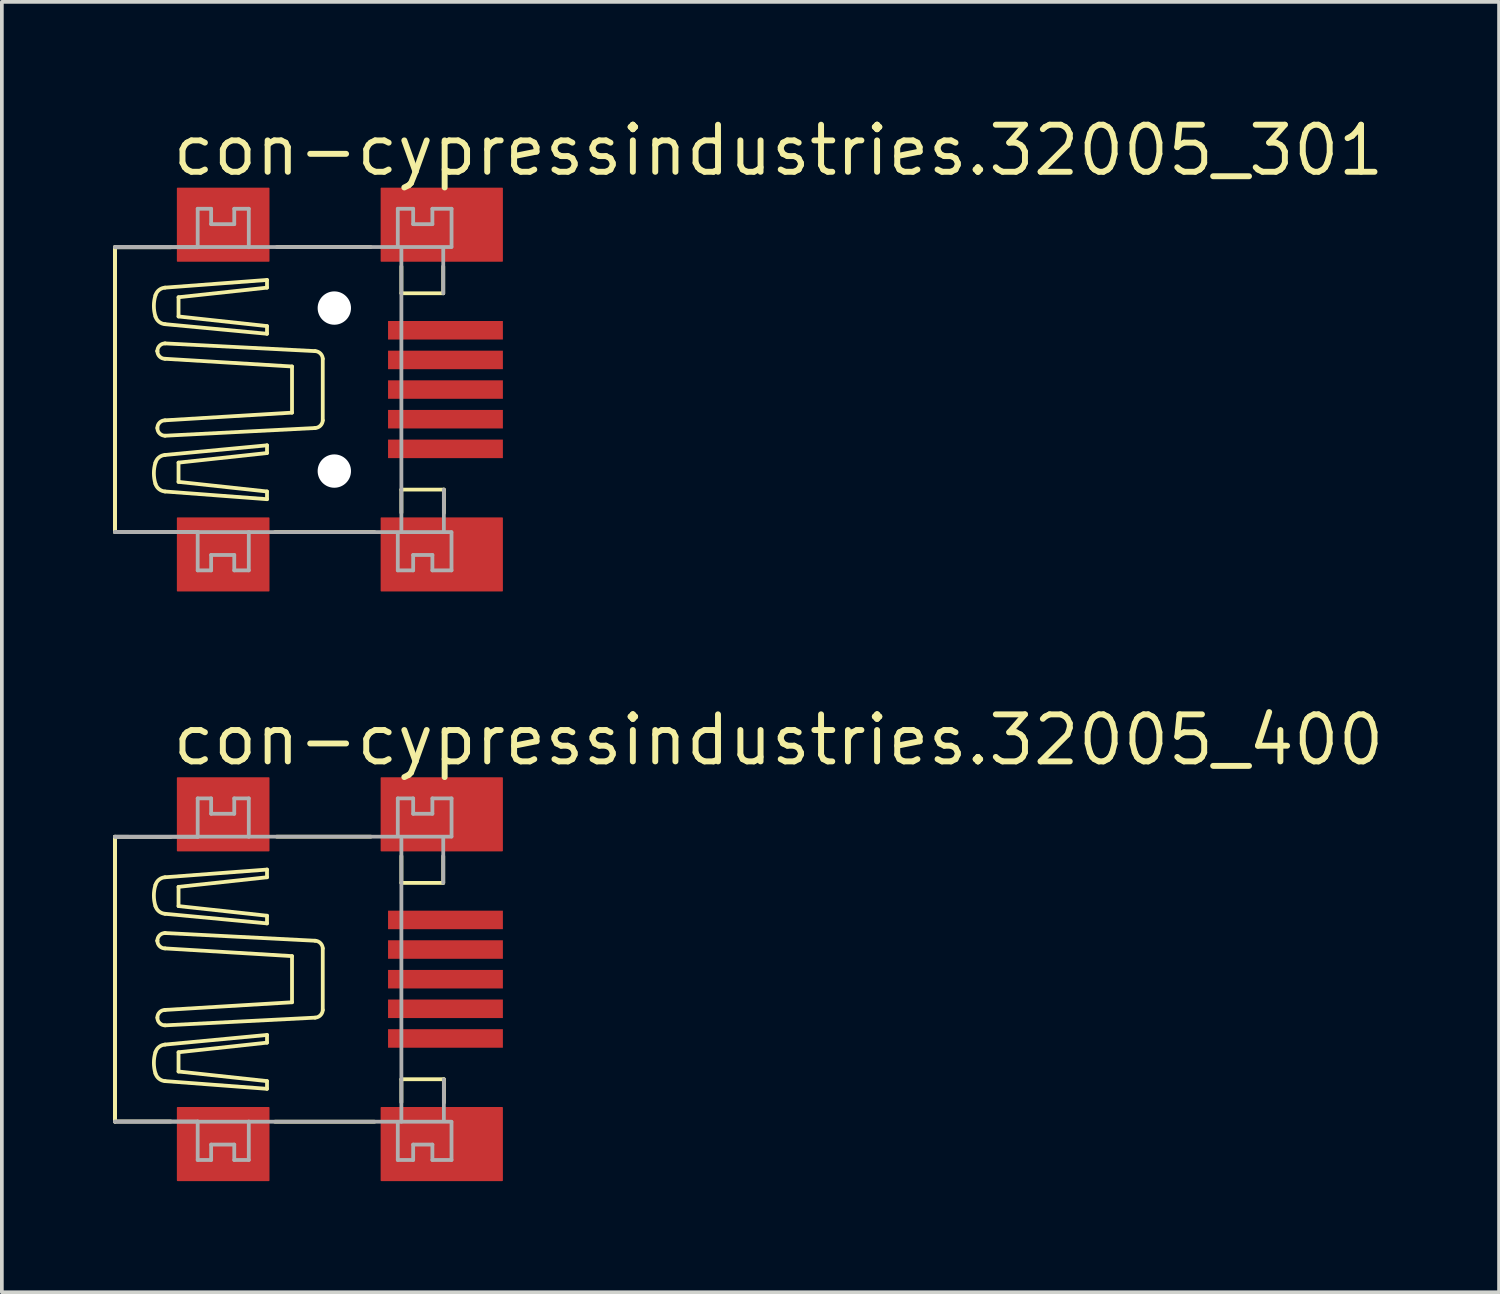
<source format=kicad_pcb>
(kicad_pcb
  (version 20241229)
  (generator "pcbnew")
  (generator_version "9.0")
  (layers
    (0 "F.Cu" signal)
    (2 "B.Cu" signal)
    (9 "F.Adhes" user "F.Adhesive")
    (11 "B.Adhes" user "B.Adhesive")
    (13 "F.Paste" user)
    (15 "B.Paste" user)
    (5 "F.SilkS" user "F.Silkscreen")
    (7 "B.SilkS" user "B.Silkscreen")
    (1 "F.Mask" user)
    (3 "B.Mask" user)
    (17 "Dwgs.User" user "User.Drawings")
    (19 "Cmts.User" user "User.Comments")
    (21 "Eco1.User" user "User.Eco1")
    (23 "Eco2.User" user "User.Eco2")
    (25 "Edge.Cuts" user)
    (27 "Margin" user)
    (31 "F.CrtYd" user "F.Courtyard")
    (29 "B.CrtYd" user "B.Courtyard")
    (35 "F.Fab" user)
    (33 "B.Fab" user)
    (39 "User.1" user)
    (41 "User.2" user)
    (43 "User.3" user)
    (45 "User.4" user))
  (footprint "con-cypressindustries.32005_301"
    (layer "F.Cu")
    (at 5.974 7.465)
    (property "Reference" "con-cypressindustries.32005_301" (at -4.445 -5.715 0) (layer "F.SilkS") (effects (font (size 1.27 1.27) (thickness 0.16)) (justify left bottom)))
    (attr smd)
    (fp_line (start -5.923 3.847) (end -5.923 -3.847) (stroke (width 0.102) (type default)) (layer "F.SilkS"))
    (fp_line (start -5.918 -3.842) (end -4.415 -3.841) (stroke (width 0.102) (type default)) (layer "F.SilkS"))
    (fp_line (start -5.918 3.841) (end -5.918 -3.842) (stroke (width 0.102) (type default)) (layer "F.SilkS"))
    (fp_line (start -5.918 3.841) (end -4.415 3.841) (stroke (width 0.102) (type default)) (layer "F.SilkS"))
    (fp_line (start -5.918 3.841) (end -5.918 3.841) (stroke (width 0.102) (type default)) (layer "F.SilkS"))
    (fp_line (start -4.776 -1.038) (end -4.776 -1.038) (stroke (width 0.102) (type default)) (layer "F.SilkS"))
    (fp_line (start -4.569 -1.765) (end -1.817 -1.506) (stroke (width 0.102) (type default)) (layer "F.SilkS"))
    (fp_line (start -4.569 -0.831) (end -1.142 -0.623) (stroke (width 0.102) (type default)) (layer "F.SilkS"))
    (fp_line (start -4.569 0.83) (end -1.142 0.623) (stroke (width 0.102) (type default)) (layer "F.SilkS"))
    (fp_line (start -4.569 1.765) (end -1.817 1.505) (stroke (width 0.102) (type default)) (layer "F.SilkS"))
    (fp_line (start -4.568 -1.246) (end -0.519 -1.038) (stroke (width 0.102) (type default)) (layer "F.SilkS"))
    (fp_line (start -4.568 1.246) (end -0.519 1.038) (stroke (width 0.102) (type default)) (layer "F.SilkS"))
    (fp_line (start -4.205 -2.492) (end -1.817 -2.751) (stroke (width 0.102) (type default)) (layer "F.SilkS"))
    (fp_line (start -4.205 -1.973) (end -4.205 -2.492) (stroke (width 0.102) (type default)) (layer "F.SilkS"))
    (fp_line (start -4.205 1.972) (end -4.205 2.492) (stroke (width 0.102) (type default)) (layer "F.SilkS"))
    (fp_line (start -4.205 2.492) (end -1.817 2.751) (stroke (width 0.102) (type default)) (layer "F.SilkS"))
    (fp_line (start -1.817 -2.959) (end -4.569 -2.751) (stroke (width 0.102) (type default)) (layer "F.SilkS"))
    (fp_line (start -1.817 -2.751) (end -1.817 -2.959) (stroke (width 0.102) (type default)) (layer "F.SilkS"))
    (fp_line (start -1.817 -1.713) (end -4.205 -1.973) (stroke (width 0.102) (type default)) (layer "F.SilkS"))
    (fp_line (start -1.817 -1.506) (end -1.817 -1.713) (stroke (width 0.102) (type default)) (layer "F.SilkS"))
    (fp_line (start -1.817 1.505) (end -1.817 1.713) (stroke (width 0.102) (type default)) (layer "F.SilkS"))
    (fp_line (start -1.817 1.713) (end -4.205 1.972) (stroke (width 0.102) (type default)) (layer "F.SilkS"))
    (fp_line (start -1.817 2.751) (end -1.817 2.959) (stroke (width 0.102) (type default)) (layer "F.SilkS"))
    (fp_line (start -1.817 2.959) (end -4.569 2.751) (stroke (width 0.102) (type default)) (layer "F.SilkS"))
    (fp_line (start -1.552 -3.847) (end 0.983 -3.847) (stroke (width 0.102) (type default)) (layer "F.SilkS"))
    (fp_line (start -1.142 0.623) (end -1.142 -0.623) (stroke (width 0.102) (type default)) (layer "F.SilkS"))
    (fp_line (start -0.312 0.83) (end -0.312 -0.831) (stroke (width 0.102) (type default)) (layer "F.SilkS"))
    (fp_line (start 1.084 3.847) (end -1.603 3.847) (stroke (width 0.102) (type default)) (layer "F.SilkS"))
    (fp_line (start 1.81 -2.599) (end 1.81 -3.324) (stroke (width 0.102) (type default)) (layer "F.SilkS"))
    (fp_line (start 1.81 2.7) (end 1.81 3.324) (stroke (width 0.102) (type default)) (layer "F.SilkS"))
    (fp_line (start 2.94 -3.324) (end 2.94 -2.599) (stroke (width 0.102) (type default)) (layer "F.SilkS"))
    (fp_line (start 2.94 -2.599) (end 1.81 -2.599) (stroke (width 0.102) (type default)) (layer "F.SilkS"))
    (fp_line (start 2.957 2.7) (end 1.81 2.7) (stroke (width 0.102) (type default)) (layer "F.SilkS"))
    (fp_line (start 2.957 3.332) (end 2.957 2.7) (stroke (width 0.102) (type default)) (layer "F.SilkS"))
    (fp_arc (start -4.828 -2.5438) (mid -4.730297 -2.687659) (end -4.5685 -2.7514) (stroke (width 0.1016) (type default)) (layer "F.SilkS"))
    (fp_arc (start -4.828 -1.9727) (mid -4.870802 -2.25825) (end -4.828 -2.5438) (stroke (width 0.1016) (type default)) (layer "F.SilkS"))
    (fp_arc (start -4.828 1.9725) (mid -4.730297 1.828641) (end -4.5685 1.7649) (stroke (width 0.1016) (type default)) (layer "F.SilkS"))
    (fp_arc (start -4.828 2.5436) (mid -4.870802 2.25805) (end -4.828 1.9725) (stroke (width 0.1016) (type default)) (layer "F.SilkS"))
    (fp_arc (start -4.7761 -1.0383) (mid -4.715295 -1.185095) (end -4.5685 -1.2459) (stroke (width 0.1016) (type default)) (layer "F.SilkS"))
    (fp_arc (start -4.7761 1.038) (mid -4.715295 0.891205) (end -4.5685 0.8304) (stroke (width 0.1016) (type default)) (layer "F.SilkS"))
    (fp_arc (start -4.5685 -1.7651) (mid -4.730297 -1.828841) (end -4.828 -1.9727) (stroke (width 0.1016) (type default)) (layer "F.SilkS"))
    (fp_arc (start -4.5685 -0.8306) (mid -4.715295 -0.891405) (end -4.7761 -1.0382) (stroke (width 0.1016) (type default)) (layer "F.SilkS"))
    (fp_arc (start -4.5685 1.2457) (mid -4.715295 1.184895) (end -4.7761 1.0381) (stroke (width 0.1016) (type default)) (layer "F.SilkS"))
    (fp_arc (start -4.5685 2.7512) (mid -4.730297 2.687459) (end -4.828 2.5436) (stroke (width 0.1016) (type default)) (layer "F.SilkS"))
    (fp_arc (start -0.5192 -1.0383) (mid -0.375654 -0.974177) (end -0.3116 -0.8306) (stroke (width 0.1016) (type default)) (layer "F.SilkS"))
    (fp_arc (start -0.3116 0.8304) (mid -0.37568 0.973951) (end -0.5192 1.0381) (stroke (width 0.1016) (type default)) (layer "F.SilkS"))
    (fp_line (start -5.923 -3.847) (end 3.16 -3.847) (stroke (width 0.102) (type default)) (layer "F.Fab"))
    (fp_line (start -5.918 -3.842) (end -3.688 -3.842) (stroke (width 0.102) (type default)) (layer "F.Fab"))
    (fp_line (start -5.918 3.841) (end -3.688 3.841) (stroke (width 0.102) (type default)) (layer "F.Fab"))
    (fp_line (start -3.688 -4.88) (end -3.325 -4.88) (stroke (width 0.102) (type default)) (layer "F.Fab"))
    (fp_line (start -3.688 -3.842) (end -3.688 -4.88) (stroke (width 0.102) (type default)) (layer "F.Fab"))
    (fp_line (start -3.688 3.841) (end -3.688 4.88) (stroke (width 0.102) (type default)) (layer "F.Fab"))
    (fp_line (start -3.688 4.88) (end -3.325 4.88) (stroke (width 0.102) (type default)) (layer "F.Fab"))
    (fp_line (start -3.325 -4.88) (end -3.325 -4.465) (stroke (width 0.102) (type default)) (layer "F.Fab"))
    (fp_line (start -3.325 -4.465) (end -2.701 -4.465) (stroke (width 0.102) (type default)) (layer "F.Fab"))
    (fp_line (start -3.325 4.464) (end -2.701 4.464) (stroke (width 0.102) (type default)) (layer "F.Fab"))
    (fp_line (start -3.325 4.88) (end -3.325 4.464) (stroke (width 0.102) (type default)) (layer "F.Fab"))
    (fp_line (start -2.701 -4.88) (end -2.309 -4.88) (stroke (width 0.102) (type default)) (layer "F.Fab"))
    (fp_line (start -2.701 -4.465) (end -2.701 -4.88) (stroke (width 0.102) (type default)) (layer "F.Fab"))
    (fp_line (start -2.701 4.464) (end -2.701 4.88) (stroke (width 0.102) (type default)) (layer "F.Fab"))
    (fp_line (start -2.701 4.88) (end -2.309 4.88) (stroke (width 0.102) (type default)) (layer "F.Fab"))
    (fp_line (start -2.309 -4.88) (end -2.309 -3.842) (stroke (width 0.102) (type default)) (layer "F.Fab"))
    (fp_line (start -2.309 4.88) (end -2.309 3.841) (stroke (width 0.102) (type default)) (layer "F.Fab"))
    (fp_line (start 1.713 -4.88) (end 2.128 -4.88) (stroke (width 0.102) (type default)) (layer "F.Fab"))
    (fp_line (start 1.713 -3.886) (end 1.713 -4.88) (stroke (width 0.102) (type default)) (layer "F.Fab"))
    (fp_line (start 1.713 3.885) (end 1.713 4.88) (stroke (width 0.102) (type default)) (layer "F.Fab"))
    (fp_line (start 1.713 4.88) (end 2.128 4.88) (stroke (width 0.102) (type default)) (layer "F.Fab"))
    (fp_line (start 1.81 -3.78) (end 1.81 3.847) (stroke (width 0.102) (type default)) (layer "F.Fab"))
    (fp_line (start 2.128 -4.88) (end 2.128 -4.465) (stroke (width 0.102) (type default)) (layer "F.Fab"))
    (fp_line (start 2.128 -4.465) (end 2.647 -4.465) (stroke (width 0.102) (type default)) (layer "F.Fab"))
    (fp_line (start 2.128 4.464) (end 2.647 4.464) (stroke (width 0.102) (type default)) (layer "F.Fab"))
    (fp_line (start 2.128 4.88) (end 2.128 4.464) (stroke (width 0.102) (type default)) (layer "F.Fab"))
    (fp_line (start 2.647 -4.88) (end 3.164 -4.88) (stroke (width 0.102) (type default)) (layer "F.Fab"))
    (fp_line (start 2.647 -4.465) (end 2.647 -4.88) (stroke (width 0.102) (type default)) (layer "F.Fab"))
    (fp_line (start 2.647 4.464) (end 2.647 4.88) (stroke (width 0.102) (type default)) (layer "F.Fab"))
    (fp_line (start 2.647 4.88) (end 3.163 4.88) (stroke (width 0.102) (type default)) (layer "F.Fab"))
    (fp_line (start 2.94 -3.797) (end 2.94 -2.599) (stroke (width 0.102) (type default)) (layer "F.Fab"))
    (fp_line (start 2.957 3.822) (end 2.957 2.7) (stroke (width 0.102) (type default)) (layer "F.Fab"))
    (fp_line (start 3.16 3.847) (end -5.923 3.847) (stroke (width 0.102) (type default)) (layer "F.Fab"))
    (fp_line (start 3.163 4.88) (end 3.163 3.852) (stroke (width 0.102) (type default)) (layer "F.Fab"))
    (fp_line (start 3.164 -4.88) (end 3.164 -3.852) (stroke (width 0.102) (type default)) (layer "F.Fab"))
    (pad "" np_thru_hole circle (at 0 -2.2) (size 0.9 0.9) (drill 0.9) (layers "*.Cu" "*.Mask"))
    (pad "" np_thru_hole circle (at 0 2.2) (size 0.9 0.9) (drill 0.9) (layers "*.Cu" "*.Mask"))
    (pad "1" smd roundrect (at 3 -1.6) (size 3.1 0.5) (layers "F.Cu" "F.Mask" "F.Paste") (roundrect_rratio 0.01))
    (pad "2" smd roundrect (at 3 -0.8) (size 3.1 0.5) (layers "F.Cu" "F.Mask" "F.Paste") (roundrect_rratio 0.01))
    (pad "3" smd roundrect (at 3 0) (size 3.1 0.5) (layers "F.Cu" "F.Mask" "F.Paste") (roundrect_rratio 0.01))
    (pad "4" smd roundrect (at 3 0.8) (size 3.1 0.5) (layers "F.Cu" "F.Mask" "F.Paste") (roundrect_rratio 0.01))
    (pad "5" smd roundrect (at 3 1.6) (size 3.1 0.5) (layers "F.Cu" "F.Mask" "F.Paste") (roundrect_rratio 0.01))
    (pad "M1" smd roundrect (at -3 4.45) (size 2.5 2) (layers "F.Cu" "F.Mask" "F.Paste") (roundrect_rratio 0.01))
    (pad "M2" smd roundrect (at -3 -4.45) (size 2.5 2) (layers "F.Cu" "F.Mask" "F.Paste") (roundrect_rratio 0.01))
    (pad "M3" smd roundrect (at 2.9 -4.45) (size 3.3 2) (layers "F.Cu" "F.Mask" "F.Paste") (roundrect_rratio 0.01))
    (pad "M4" smd roundrect (at 2.9 4.45) (size 3.3 2) (layers "F.Cu" "F.Mask" "F.Paste") (roundrect_rratio 0.01)))
  (footprint "con-cypressindustries.32005_400"
    (layer "F.Cu")
    (at 5.974 23.38)
    (property "Reference" "con-cypressindustries.32005_400" (at -4.445 -5.715 0) (layer "F.SilkS") (effects (font (size 1.27 1.27) (thickness 0.16)) (justify left bottom)))
    (attr smd)
    (fp_line (start -5.923 3.847) (end -5.923 -3.847) (stroke (width 0.102) (type default)) (layer "F.SilkS"))
    (fp_line (start -5.918 -3.842) (end -4.415 -3.841) (stroke (width 0.102) (type default)) (layer "F.SilkS"))
    (fp_line (start -5.918 3.841) (end -5.918 -3.842) (stroke (width 0.102) (type default)) (layer "F.SilkS"))
    (fp_line (start -5.918 3.841) (end -4.415 3.841) (stroke (width 0.102) (type default)) (layer "F.SilkS"))
    (fp_line (start -5.918 3.841) (end -5.918 3.841) (stroke (width 0.102) (type default)) (layer "F.SilkS"))
    (fp_line (start -4.776 -1.038) (end -4.776 -1.038) (stroke (width 0.102) (type default)) (layer "F.SilkS"))
    (fp_line (start -4.569 -1.765) (end -1.817 -1.506) (stroke (width 0.102) (type default)) (layer "F.SilkS"))
    (fp_line (start -4.569 -0.831) (end -1.142 -0.623) (stroke (width 0.102) (type default)) (layer "F.SilkS"))
    (fp_line (start -4.569 0.83) (end -1.142 0.623) (stroke (width 0.102) (type default)) (layer "F.SilkS"))
    (fp_line (start -4.569 1.765) (end -1.817 1.505) (stroke (width 0.102) (type default)) (layer "F.SilkS"))
    (fp_line (start -4.568 -1.246) (end -0.519 -1.038) (stroke (width 0.102) (type default)) (layer "F.SilkS"))
    (fp_line (start -4.568 1.246) (end -0.519 1.038) (stroke (width 0.102) (type default)) (layer "F.SilkS"))
    (fp_line (start -4.205 -2.492) (end -1.817 -2.751) (stroke (width 0.102) (type default)) (layer "F.SilkS"))
    (fp_line (start -4.205 -1.973) (end -4.205 -2.492) (stroke (width 0.102) (type default)) (layer "F.SilkS"))
    (fp_line (start -4.205 1.972) (end -4.205 2.492) (stroke (width 0.102) (type default)) (layer "F.SilkS"))
    (fp_line (start -4.205 2.492) (end -1.817 2.751) (stroke (width 0.102) (type default)) (layer "F.SilkS"))
    (fp_line (start -1.817 -2.959) (end -4.569 -2.751) (stroke (width 0.102) (type default)) (layer "F.SilkS"))
    (fp_line (start -1.817 -2.751) (end -1.817 -2.959) (stroke (width 0.102) (type default)) (layer "F.SilkS"))
    (fp_line (start -1.817 -1.713) (end -4.205 -1.973) (stroke (width 0.102) (type default)) (layer "F.SilkS"))
    (fp_line (start -1.817 -1.506) (end -1.817 -1.713) (stroke (width 0.102) (type default)) (layer "F.SilkS"))
    (fp_line (start -1.817 1.505) (end -1.817 1.713) (stroke (width 0.102) (type default)) (layer "F.SilkS"))
    (fp_line (start -1.817 1.713) (end -4.205 1.972) (stroke (width 0.102) (type default)) (layer "F.SilkS"))
    (fp_line (start -1.817 2.751) (end -1.817 2.959) (stroke (width 0.102) (type default)) (layer "F.SilkS"))
    (fp_line (start -1.817 2.959) (end -4.569 2.751) (stroke (width 0.102) (type default)) (layer "F.SilkS"))
    (fp_line (start -1.552 -3.847) (end 0.983 -3.847) (stroke (width 0.102) (type default)) (layer "F.SilkS"))
    (fp_line (start -1.142 0.623) (end -1.142 -0.623) (stroke (width 0.102) (type default)) (layer "F.SilkS"))
    (fp_line (start -0.312 0.83) (end -0.312 -0.831) (stroke (width 0.102) (type default)) (layer "F.SilkS"))
    (fp_line (start 1.084 3.847) (end -1.603 3.847) (stroke (width 0.102) (type default)) (layer "F.SilkS"))
    (fp_line (start 1.81 -2.599) (end 1.81 -3.324) (stroke (width 0.102) (type default)) (layer "F.SilkS"))
    (fp_line (start 1.81 2.7) (end 1.81 3.324) (stroke (width 0.102) (type default)) (layer "F.SilkS"))
    (fp_line (start 2.94 -3.324) (end 2.94 -2.599) (stroke (width 0.102) (type default)) (layer "F.SilkS"))
    (fp_line (start 2.94 -2.599) (end 1.81 -2.599) (stroke (width 0.102) (type default)) (layer "F.SilkS"))
    (fp_line (start 2.957 2.7) (end 1.81 2.7) (stroke (width 0.102) (type default)) (layer "F.SilkS"))
    (fp_line (start 2.957 3.332) (end 2.957 2.7) (stroke (width 0.102) (type default)) (layer "F.SilkS"))
    (fp_arc (start -4.828 -2.5438) (mid -4.730297 -2.687659) (end -4.5685 -2.7514) (stroke (width 0.1016) (type default)) (layer "F.SilkS"))
    (fp_arc (start -4.828 -1.9727) (mid -4.870802 -2.25825) (end -4.828 -2.5438) (stroke (width 0.1016) (type default)) (layer "F.SilkS"))
    (fp_arc (start -4.828 1.9725) (mid -4.730297 1.828641) (end -4.5685 1.7649) (stroke (width 0.1016) (type default)) (layer "F.SilkS"))
    (fp_arc (start -4.828 2.5436) (mid -4.870802 2.25805) (end -4.828 1.9725) (stroke (width 0.1016) (type default)) (layer "F.SilkS"))
    (fp_arc (start -4.7761 -1.0383) (mid -4.715295 -1.185095) (end -4.5685 -1.2459) (stroke (width 0.1016) (type default)) (layer "F.SilkS"))
    (fp_arc (start -4.7761 1.038) (mid -4.715295 0.891205) (end -4.5685 0.8304) (stroke (width 0.1016) (type default)) (layer "F.SilkS"))
    (fp_arc (start -4.5685 -1.7651) (mid -4.730297 -1.828841) (end -4.828 -1.9727) (stroke (width 0.1016) (type default)) (layer "F.SilkS"))
    (fp_arc (start -4.5685 -0.8306) (mid -4.715295 -0.891405) (end -4.7761 -1.0382) (stroke (width 0.1016) (type default)) (layer "F.SilkS"))
    (fp_arc (start -4.5685 1.2457) (mid -4.715295 1.184895) (end -4.7761 1.0381) (stroke (width 0.1016) (type default)) (layer "F.SilkS"))
    (fp_arc (start -4.5685 2.7512) (mid -4.730297 2.687459) (end -4.828 2.5436) (stroke (width 0.1016) (type default)) (layer "F.SilkS"))
    (fp_arc (start -0.5192 -1.0383) (mid -0.375654 -0.974177) (end -0.3116 -0.8306) (stroke (width 0.1016) (type default)) (layer "F.SilkS"))
    (fp_arc (start -0.3116 0.8304) (mid -0.37568 0.973951) (end -0.5192 1.0381) (stroke (width 0.1016) (type default)) (layer "F.SilkS"))
    (fp_line (start -5.923 -3.847) (end 3.16 -3.847) (stroke (width 0.102) (type default)) (layer "F.Fab"))
    (fp_line (start -5.918 -3.842) (end -3.688 -3.842) (stroke (width 0.102) (type default)) (layer "F.Fab"))
    (fp_line (start -5.918 3.841) (end -3.688 3.841) (stroke (width 0.102) (type default)) (layer "F.Fab"))
    (fp_line (start -3.688 -4.88) (end -3.325 -4.88) (stroke (width 0.102) (type default)) (layer "F.Fab"))
    (fp_line (start -3.688 -3.842) (end -3.688 -4.88) (stroke (width 0.102) (type default)) (layer "F.Fab"))
    (fp_line (start -3.688 3.841) (end -3.688 4.88) (stroke (width 0.102) (type default)) (layer "F.Fab"))
    (fp_line (start -3.688 4.88) (end -3.325 4.88) (stroke (width 0.102) (type default)) (layer "F.Fab"))
    (fp_line (start -3.325 -4.88) (end -3.325 -4.465) (stroke (width 0.102) (type default)) (layer "F.Fab"))
    (fp_line (start -3.325 -4.465) (end -2.701 -4.465) (stroke (width 0.102) (type default)) (layer "F.Fab"))
    (fp_line (start -3.325 4.464) (end -2.701 4.464) (stroke (width 0.102) (type default)) (layer "F.Fab"))
    (fp_line (start -3.325 4.88) (end -3.325 4.464) (stroke (width 0.102) (type default)) (layer "F.Fab"))
    (fp_line (start -2.701 -4.88) (end -2.309 -4.88) (stroke (width 0.102) (type default)) (layer "F.Fab"))
    (fp_line (start -2.701 -4.465) (end -2.701 -4.88) (stroke (width 0.102) (type default)) (layer "F.Fab"))
    (fp_line (start -2.701 4.464) (end -2.701 4.88) (stroke (width 0.102) (type default)) (layer "F.Fab"))
    (fp_line (start -2.701 4.88) (end -2.309 4.88) (stroke (width 0.102) (type default)) (layer "F.Fab"))
    (fp_line (start -2.309 -4.88) (end -2.309 -3.842) (stroke (width 0.102) (type default)) (layer "F.Fab"))
    (fp_line (start -2.309 4.88) (end -2.309 3.841) (stroke (width 0.102) (type default)) (layer "F.Fab"))
    (fp_line (start 1.713 -4.88) (end 2.128 -4.88) (stroke (width 0.102) (type default)) (layer "F.Fab"))
    (fp_line (start 1.713 -3.886) (end 1.713 -4.88) (stroke (width 0.102) (type default)) (layer "F.Fab"))
    (fp_line (start 1.713 3.885) (end 1.713 4.88) (stroke (width 0.102) (type default)) (layer "F.Fab"))
    (fp_line (start 1.713 4.88) (end 2.128 4.88) (stroke (width 0.102) (type default)) (layer "F.Fab"))
    (fp_line (start 1.81 -3.78) (end 1.81 3.847) (stroke (width 0.102) (type default)) (layer "F.Fab"))
    (fp_line (start 2.128 -4.88) (end 2.128 -4.465) (stroke (width 0.102) (type default)) (layer "F.Fab"))
    (fp_line (start 2.128 -4.465) (end 2.647 -4.465) (stroke (width 0.102) (type default)) (layer "F.Fab"))
    (fp_line (start 2.128 4.464) (end 2.647 4.464) (stroke (width 0.102) (type default)) (layer "F.Fab"))
    (fp_line (start 2.128 4.88) (end 2.128 4.464) (stroke (width 0.102) (type default)) (layer "F.Fab"))
    (fp_line (start 2.647 -4.88) (end 3.164 -4.88) (stroke (width 0.102) (type default)) (layer "F.Fab"))
    (fp_line (start 2.647 -4.465) (end 2.647 -4.88) (stroke (width 0.102) (type default)) (layer "F.Fab"))
    (fp_line (start 2.647 4.464) (end 2.647 4.88) (stroke (width 0.102) (type default)) (layer "F.Fab"))
    (fp_line (start 2.647 4.88) (end 3.163 4.88) (stroke (width 0.102) (type default)) (layer "F.Fab"))
    (fp_line (start 2.94 -3.797) (end 2.94 -2.599) (stroke (width 0.102) (type default)) (layer "F.Fab"))
    (fp_line (start 2.957 3.822) (end 2.957 2.7) (stroke (width 0.102) (type default)) (layer "F.Fab"))
    (fp_line (start 3.16 3.847) (end -5.923 3.847) (stroke (width 0.102) (type default)) (layer "F.Fab"))
    (fp_line (start 3.163 4.88) (end 3.163 3.852) (stroke (width 0.102) (type default)) (layer "F.Fab"))
    (fp_line (start 3.164 -4.88) (end 3.164 -3.852) (stroke (width 0.102) (type default)) (layer "F.Fab"))
    (pad "1" smd roundrect (at 3 -1.6) (size 3.1 0.5) (layers "F.Cu" "F.Mask" "F.Paste") (roundrect_rratio 0.01))
    (pad "2" smd roundrect (at 3 -0.8) (size 3.1 0.5) (layers "F.Cu" "F.Mask" "F.Paste") (roundrect_rratio 0.01))
    (pad "3" smd roundrect (at 3 0) (size 3.1 0.5) (layers "F.Cu" "F.Mask" "F.Paste") (roundrect_rratio 0.01))
    (pad "4" smd roundrect (at 3 0.8) (size 3.1 0.5) (layers "F.Cu" "F.Mask" "F.Paste") (roundrect_rratio 0.01))
    (pad "5" smd roundrect (at 3 1.6) (size 3.1 0.5) (layers "F.Cu" "F.Mask" "F.Paste") (roundrect_rratio 0.01))
    (pad "M1" smd roundrect (at -3 4.45) (size 2.5 2) (layers "F.Cu" "F.Mask" "F.Paste") (roundrect_rratio 0.01))
    (pad "M2" smd roundrect (at -3 -4.45) (size 2.5 2) (layers "F.Cu" "F.Mask" "F.Paste") (roundrect_rratio 0.01))
    (pad "M3" smd roundrect (at 2.9 -4.45) (size 3.3 2) (layers "F.Cu" "F.Mask" "F.Paste") (roundrect_rratio 0.01))
    (pad "M4" smd roundrect (at 2.9 4.45) (size 3.3 2) (layers "F.Cu" "F.Mask" "F.Paste") (roundrect_rratio 0.01)))
  (gr_rect
    (start -3 -3)
    (end 37.412 31.83)
    (stroke (width 0.1) (type default))
    (fill no)
    (layer "Edge.Cuts")))
</source>
